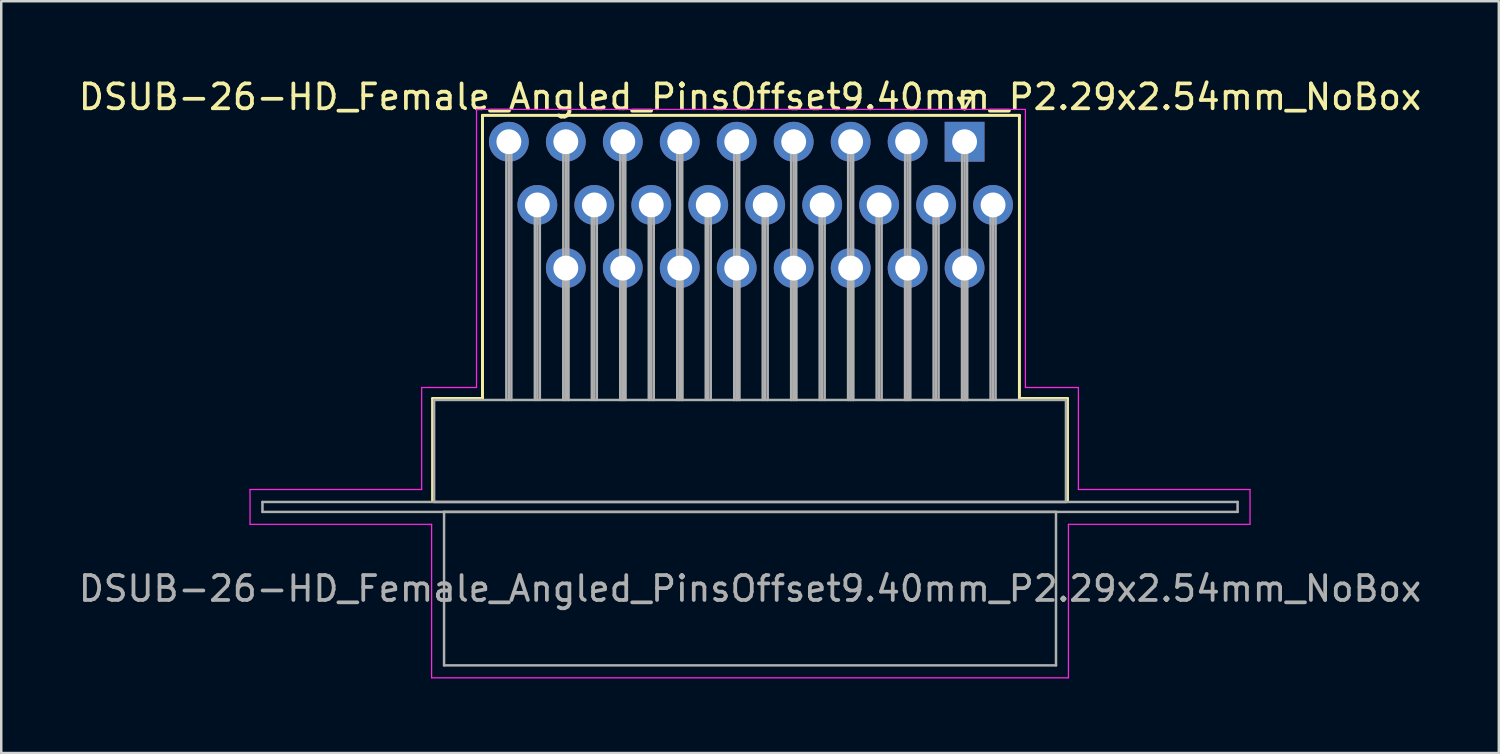
<source format=kicad_pcb>
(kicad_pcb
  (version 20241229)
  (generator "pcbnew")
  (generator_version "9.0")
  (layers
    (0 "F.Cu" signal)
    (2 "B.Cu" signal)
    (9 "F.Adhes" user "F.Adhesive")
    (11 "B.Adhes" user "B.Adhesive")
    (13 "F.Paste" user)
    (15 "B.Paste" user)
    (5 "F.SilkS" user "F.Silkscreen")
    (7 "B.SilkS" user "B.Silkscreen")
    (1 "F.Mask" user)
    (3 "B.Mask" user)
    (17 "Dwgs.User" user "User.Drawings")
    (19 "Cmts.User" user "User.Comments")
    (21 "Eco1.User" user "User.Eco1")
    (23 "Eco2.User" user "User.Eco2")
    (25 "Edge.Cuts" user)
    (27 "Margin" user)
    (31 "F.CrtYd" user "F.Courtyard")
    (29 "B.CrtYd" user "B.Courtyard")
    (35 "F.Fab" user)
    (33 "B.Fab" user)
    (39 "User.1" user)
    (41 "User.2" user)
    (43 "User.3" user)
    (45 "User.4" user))
  (footprint "DSUB-26-HD_Female_Angled_PinsOffset9.40mm_P2.29x2.54mm_NoBox"
    (layer "F.Cu")
    (at 35.726 2.648)
    (property "Reference" "DSUB-26-HD_Female_Angled_PinsOffset9.40mm_P2.29x2.54mm_NoBox" (at -8.625 -1.8 0) (layer "F.SilkS") (effects (font (size 1 1) (thickness 0.15))))
    (attr through_hole)
    (fp_line (start -21.385 10.32) (end -19.38 10.32) (stroke (width 0.12) (type solid)) (layer "F.SilkS"))
    (fp_line (start -21.385 14.42) (end -21.385 10.32) (stroke (width 0.12) (type solid)) (layer "F.SilkS"))
    (fp_line (start -19.38 -1.06) (end 2.205 -1.06) (stroke (width 0.12) (type solid)) (layer "F.SilkS"))
    (fp_line (start -19.38 10.32) (end -19.38 -1.06) (stroke (width 0.12) (type solid)) (layer "F.SilkS"))
    (fp_line (start -0.25 -1.754) (end 0.25 -1.754) (stroke (width 0.12) (type solid)) (layer "F.SilkS"))
    (fp_line (start 0 -1.321) (end -0.25 -1.754) (stroke (width 0.12) (type solid)) (layer "F.SilkS"))
    (fp_line (start 0.25 -1.754) (end 0 -1.321) (stroke (width 0.12) (type solid)) (layer "F.SilkS"))
    (fp_line (start 2.205 -1.06) (end 2.205 10.32) (stroke (width 0.12) (type solid)) (layer "F.SilkS"))
    (fp_line (start 2.205 10.32) (end 4.135 10.32) (stroke (width 0.12) (type solid)) (layer "F.SilkS"))
    (fp_line (start 4.135 10.32) (end 4.135 14.42) (stroke (width 0.12) (type solid)) (layer "F.SilkS"))
    (fp_line (start -28.725 13.98) (end -21.825 13.98) (stroke (width 0.05) (type solid)) (layer "F.CrtYd"))
    (fp_line (start -28.725 15.38) (end -28.725 13.98) (stroke (width 0.05) (type solid)) (layer "F.CrtYd"))
    (fp_line (start -21.825 9.88) (end -19.62 9.88) (stroke (width 0.05) (type solid)) (layer "F.CrtYd"))
    (fp_line (start -21.825 13.98) (end -21.825 9.88) (stroke (width 0.05) (type solid)) (layer "F.CrtYd"))
    (fp_line (start -21.425 15.38) (end -28.725 15.38) (stroke (width 0.05) (type solid)) (layer "F.CrtYd"))
    (fp_line (start -21.425 21.55) (end -21.425 15.38) (stroke (width 0.05) (type solid)) (layer "F.CrtYd"))
    (fp_line (start -19.62 -1.3) (end 2.445 -1.3) (stroke (width 0.05) (type solid)) (layer "F.CrtYd"))
    (fp_line (start -19.62 9.88) (end -19.62 -1.3) (stroke (width 0.05) (type solid)) (layer "F.CrtYd"))
    (fp_line (start 2.445 -1.3) (end 2.445 9.88) (stroke (width 0.05) (type solid)) (layer "F.CrtYd"))
    (fp_line (start 2.445 9.88) (end 4.575 9.88) (stroke (width 0.05) (type solid)) (layer "F.CrtYd"))
    (fp_line (start 4.175 15.38) (end 4.175 21.55) (stroke (width 0.05) (type solid)) (layer "F.CrtYd"))
    (fp_line (start 4.175 21.55) (end -21.425 21.55) (stroke (width 0.05) (type solid)) (layer "F.CrtYd"))
    (fp_line (start 4.575 9.88) (end 4.575 13.98) (stroke (width 0.05) (type solid)) (layer "F.CrtYd"))
    (fp_line (start 4.575 13.98) (end 11.475 13.98) (stroke (width 0.05) (type solid)) (layer "F.CrtYd"))
    (fp_line (start 11.475 13.98) (end 11.475 15.38) (stroke (width 0.05) (type solid)) (layer "F.CrtYd"))
    (fp_line (start 11.475 15.38) (end 4.175 15.38) (stroke (width 0.05) (type solid)) (layer "F.CrtYd"))
    (fp_line (start -28.225 14.48) (end -28.225 14.88) (stroke (width 0.1) (type solid)) (layer "F.Fab"))
    (fp_line (start -28.225 14.88) (end 10.975 14.88) (stroke (width 0.1) (type solid)) (layer "F.Fab"))
    (fp_line (start -21.325 10.38) (end -21.325 14.48) (stroke (width 0.1) (type solid)) (layer "F.Fab"))
    (fp_line (start -21.325 14.48) (end 4.075 14.48) (stroke (width 0.1) (type solid)) (layer "F.Fab"))
    (fp_line (start -20.925 14.88) (end -20.925 21.05) (stroke (width 0.1) (type solid)) (layer "F.Fab"))
    (fp_line (start -20.925 21.05) (end 3.675 21.05) (stroke (width 0.1) (type solid)) (layer "F.Fab"))
    (fp_line (start -18.42 0) (end -18.42 10.38) (stroke (width 0.1) (type solid)) (layer "F.Fab"))
    (fp_line (start -18.32 0) (end -18.32 10.38) (stroke (width 0.1) (type solid)) (layer "F.Fab"))
    (fp_line (start -18.22 0) (end -18.22 10.38) (stroke (width 0.1) (type solid)) (layer "F.Fab"))
    (fp_line (start -17.275 2.54) (end -17.275 10.38) (stroke (width 0.1) (type solid)) (layer "F.Fab"))
    (fp_line (start -17.175 2.54) (end -17.175 10.38) (stroke (width 0.1) (type solid)) (layer "F.Fab"))
    (fp_line (start -17.075 2.54) (end -17.075 10.38) (stroke (width 0.1) (type solid)) (layer "F.Fab"))
    (fp_line (start -16.13 0) (end -16.13 10.38) (stroke (width 0.1) (type solid)) (layer "F.Fab"))
    (fp_line (start -16.13 5.08) (end -16.13 10.38) (stroke (width 0.1) (type solid)) (layer "F.Fab"))
    (fp_line (start -16.03 0) (end -16.03 10.38) (stroke (width 0.1) (type solid)) (layer "F.Fab"))
    (fp_line (start -16.03 5.08) (end -16.03 10.38) (stroke (width 0.1) (type solid)) (layer "F.Fab"))
    (fp_line (start -15.93 0) (end -15.93 10.38) (stroke (width 0.1) (type solid)) (layer "F.Fab"))
    (fp_line (start -15.93 5.08) (end -15.93 10.38) (stroke (width 0.1) (type solid)) (layer "F.Fab"))
    (fp_line (start -14.985 2.54) (end -14.985 10.38) (stroke (width 0.1) (type solid)) (layer "F.Fab"))
    (fp_line (start -14.885 2.54) (end -14.885 10.38) (stroke (width 0.1) (type solid)) (layer "F.Fab"))
    (fp_line (start -14.785 2.54) (end -14.785 10.38) (stroke (width 0.1) (type solid)) (layer "F.Fab"))
    (fp_line (start -13.84 0) (end -13.84 10.38) (stroke (width 0.1) (type solid)) (layer "F.Fab"))
    (fp_line (start -13.84 5.08) (end -13.84 10.38) (stroke (width 0.1) (type solid)) (layer "F.Fab"))
    (fp_line (start -13.74 0) (end -13.74 10.38) (stroke (width 0.1) (type solid)) (layer "F.Fab"))
    (fp_line (start -13.74 5.08) (end -13.74 10.38) (stroke (width 0.1) (type solid)) (layer "F.Fab"))
    (fp_line (start -13.64 0) (end -13.64 10.38) (stroke (width 0.1) (type solid)) (layer "F.Fab"))
    (fp_line (start -13.64 5.08) (end -13.64 10.38) (stroke (width 0.1) (type solid)) (layer "F.Fab"))
    (fp_line (start -12.695 2.54) (end -12.695 10.38) (stroke (width 0.1) (type solid)) (layer "F.Fab"))
    (fp_line (start -12.595 2.54) (end -12.595 10.38) (stroke (width 0.1) (type solid)) (layer "F.Fab"))
    (fp_line (start -12.495 2.54) (end -12.495 10.38) (stroke (width 0.1) (type solid)) (layer "F.Fab"))
    (fp_line (start -11.55 0) (end -11.55 10.38) (stroke (width 0.1) (type solid)) (layer "F.Fab"))
    (fp_line (start -11.55 5.08) (end -11.55 10.38) (stroke (width 0.1) (type solid)) (layer "F.Fab"))
    (fp_line (start -11.45 0) (end -11.45 10.38) (stroke (width 0.1) (type solid)) (layer "F.Fab"))
    (fp_line (start -11.45 5.08) (end -11.45 10.38) (stroke (width 0.1) (type solid)) (layer "F.Fab"))
    (fp_line (start -11.35 0) (end -11.35 10.38) (stroke (width 0.1) (type solid)) (layer "F.Fab"))
    (fp_line (start -11.35 5.08) (end -11.35 10.38) (stroke (width 0.1) (type solid)) (layer "F.Fab"))
    (fp_line (start -10.405 2.54) (end -10.405 10.38) (stroke (width 0.1) (type solid)) (layer "F.Fab"))
    (fp_line (start -10.305 2.54) (end -10.305 10.38) (stroke (width 0.1) (type solid)) (layer "F.Fab"))
    (fp_line (start -10.205 2.54) (end -10.205 10.38) (stroke (width 0.1) (type solid)) (layer "F.Fab"))
    (fp_line (start -9.26 0) (end -9.26 10.38) (stroke (width 0.1) (type solid)) (layer "F.Fab"))
    (fp_line (start -9.26 5.08) (end -9.26 10.38) (stroke (width 0.1) (type solid)) (layer "F.Fab"))
    (fp_line (start -9.16 0) (end -9.16 10.38) (stroke (width 0.1) (type solid)) (layer "F.Fab"))
    (fp_line (start -9.16 5.08) (end -9.16 10.38) (stroke (width 0.1) (type solid)) (layer "F.Fab"))
    (fp_line (start -9.06 0) (end -9.06 10.38) (stroke (width 0.1) (type solid)) (layer "F.Fab"))
    (fp_line (start -9.06 5.08) (end -9.06 10.38) (stroke (width 0.1) (type solid)) (layer "F.Fab"))
    (fp_line (start -8.115 2.54) (end -8.115 10.38) (stroke (width 0.1) (type solid)) (layer "F.Fab"))
    (fp_line (start -8.015 2.54) (end -8.015 10.38) (stroke (width 0.1) (type solid)) (layer "F.Fab"))
    (fp_line (start -7.915 2.54) (end -7.915 10.38) (stroke (width 0.1) (type solid)) (layer "F.Fab"))
    (fp_line (start -6.97 0) (end -6.97 10.38) (stroke (width 0.1) (type solid)) (layer "F.Fab"))
    (fp_line (start -6.97 5.08) (end -6.97 10.38) (stroke (width 0.1) (type solid)) (layer "F.Fab"))
    (fp_line (start -6.87 0) (end -6.87 10.38) (stroke (width 0.1) (type solid)) (layer "F.Fab"))
    (fp_line (start -6.87 5.08) (end -6.87 10.38) (stroke (width 0.1) (type solid)) (layer "F.Fab"))
    (fp_line (start -6.77 0) (end -6.77 10.38) (stroke (width 0.1) (type solid)) (layer "F.Fab"))
    (fp_line (start -6.77 5.08) (end -6.77 10.38) (stroke (width 0.1) (type solid)) (layer "F.Fab"))
    (fp_line (start -5.825 2.54) (end -5.825 10.38) (stroke (width 0.1) (type solid)) (layer "F.Fab"))
    (fp_line (start -5.725 2.54) (end -5.725 10.38) (stroke (width 0.1) (type solid)) (layer "F.Fab"))
    (fp_line (start -5.625 2.54) (end -5.625 10.38) (stroke (width 0.1) (type solid)) (layer "F.Fab"))
    (fp_line (start -4.68 0) (end -4.68 10.38) (stroke (width 0.1) (type solid)) (layer "F.Fab"))
    (fp_line (start -4.68 5.08) (end -4.68 10.38) (stroke (width 0.1) (type solid)) (layer "F.Fab"))
    (fp_line (start -4.58 0) (end -4.58 10.38) (stroke (width 0.1) (type solid)) (layer "F.Fab"))
    (fp_line (start -4.58 5.08) (end -4.58 10.38) (stroke (width 0.1) (type solid)) (layer "F.Fab"))
    (fp_line (start -4.48 0) (end -4.48 10.38) (stroke (width 0.1) (type solid)) (layer "F.Fab"))
    (fp_line (start -4.48 5.08) (end -4.48 10.38) (stroke (width 0.1) (type solid)) (layer "F.Fab"))
    (fp_line (start -3.535 2.54) (end -3.535 10.38) (stroke (width 0.1) (type solid)) (layer "F.Fab"))
    (fp_line (start -3.435 2.54) (end -3.435 10.38) (stroke (width 0.1) (type solid)) (layer "F.Fab"))
    (fp_line (start -3.335 2.54) (end -3.335 10.38) (stroke (width 0.1) (type solid)) (layer "F.Fab"))
    (fp_line (start -2.39 0) (end -2.39 10.38) (stroke (width 0.1) (type solid)) (layer "F.Fab"))
    (fp_line (start -2.39 5.08) (end -2.39 10.38) (stroke (width 0.1) (type solid)) (layer "F.Fab"))
    (fp_line (start -2.29 0) (end -2.29 10.38) (stroke (width 0.1) (type solid)) (layer "F.Fab"))
    (fp_line (start -2.29 5.08) (end -2.29 10.38) (stroke (width 0.1) (type solid)) (layer "F.Fab"))
    (fp_line (start -2.19 0) (end -2.19 10.38) (stroke (width 0.1) (type solid)) (layer "F.Fab"))
    (fp_line (start -2.19 5.08) (end -2.19 10.38) (stroke (width 0.1) (type solid)) (layer "F.Fab"))
    (fp_line (start -1.245 2.54) (end -1.245 10.38) (stroke (width 0.1) (type solid)) (layer "F.Fab"))
    (fp_line (start -1.145 2.54) (end -1.145 10.38) (stroke (width 0.1) (type solid)) (layer "F.Fab"))
    (fp_line (start -1.045 2.54) (end -1.045 10.38) (stroke (width 0.1) (type solid)) (layer "F.Fab"))
    (fp_line (start -0.1 0) (end -0.1 10.38) (stroke (width 0.1) (type solid)) (layer "F.Fab"))
    (fp_line (start -0.1 5.08) (end -0.1 10.38) (stroke (width 0.1) (type solid)) (layer "F.Fab"))
    (fp_line (start 0 0) (end 0 10.38) (stroke (width 0.1) (type solid)) (layer "F.Fab"))
    (fp_line (start 0 5.08) (end 0 10.38) (stroke (width 0.1) (type solid)) (layer "F.Fab"))
    (fp_line (start 0.1 0) (end 0.1 10.38) (stroke (width 0.1) (type solid)) (layer "F.Fab"))
    (fp_line (start 0.1 5.08) (end 0.1 10.38) (stroke (width 0.1) (type solid)) (layer "F.Fab"))
    (fp_line (start 1.045 2.54) (end 1.045 10.38) (stroke (width 0.1) (type solid)) (layer "F.Fab"))
    (fp_line (start 1.145 2.54) (end 1.145 10.38) (stroke (width 0.1) (type solid)) (layer "F.Fab"))
    (fp_line (start 1.245 2.54) (end 1.245 10.38) (stroke (width 0.1) (type solid)) (layer "F.Fab"))
    (fp_line (start 3.675 14.88) (end -20.925 14.88) (stroke (width 0.1) (type solid)) (layer "F.Fab"))
    (fp_line (start 3.675 21.05) (end 3.675 14.88) (stroke (width 0.1) (type solid)) (layer "F.Fab"))
    (fp_line (start 4.075 10.38) (end -21.325 10.38) (stroke (width 0.1) (type solid)) (layer "F.Fab"))
    (fp_line (start 4.075 14.48) (end 4.075 10.38) (stroke (width 0.1) (type solid)) (layer "F.Fab"))
    (fp_line (start 10.975 14.48) (end -28.225 14.48) (stroke (width 0.1) (type solid)) (layer "F.Fab"))
    (fp_line (start 10.975 14.88) (end 10.975 14.48) (stroke (width 0.1) (type solid)) (layer "F.Fab"))
    (fp_text user "${REFERENCE}" (at -8.625 17.965 0) (layer "F.Fab") (effects (font (size 1 1) (thickness 0.15))))
    (pad "1" thru_hole rect (at 0 0) (size 1.6 1.6) (drill 1) (layers "*.Cu" "*.Mask"))
    (pad "2" thru_hole circle (at -2.29 0) (size 1.6 1.6) (drill 1) (layers "*.Cu" "*.Mask"))
    (pad "3" thru_hole circle (at -4.58 0) (size 1.6 1.6) (drill 1) (layers "*.Cu" "*.Mask"))
    (pad "4" thru_hole circle (at -6.87 0) (size 1.6 1.6) (drill 1) (layers "*.Cu" "*.Mask"))
    (pad "5" thru_hole circle (at -9.16 0) (size 1.6 1.6) (drill 1) (layers "*.Cu" "*.Mask"))
    (pad "6" thru_hole circle (at -11.45 0) (size 1.6 1.6) (drill 1) (layers "*.Cu" "*.Mask"))
    (pad "7" thru_hole circle (at -13.74 0) (size 1.6 1.6) (drill 1) (layers "*.Cu" "*.Mask"))
    (pad "8" thru_hole circle (at -16.03 0) (size 1.6 1.6) (drill 1) (layers "*.Cu" "*.Mask"))
    (pad "9" thru_hole circle (at -18.32 0) (size 1.6 1.6) (drill 1) (layers "*.Cu" "*.Mask"))
    (pad "10" thru_hole circle (at 1.145 2.54) (size 1.6 1.6) (drill 1) (layers "*.Cu" "*.Mask"))
    (pad "11" thru_hole circle (at -1.145 2.54) (size 1.6 1.6) (drill 1) (layers "*.Cu" "*.Mask"))
    (pad "12" thru_hole circle (at -3.435 2.54) (size 1.6 1.6) (drill 1) (layers "*.Cu" "*.Mask"))
    (pad "13" thru_hole circle (at -5.725 2.54) (size 1.6 1.6) (drill 1) (layers "*.Cu" "*.Mask"))
    (pad "14" thru_hole circle (at -8.015 2.54) (size 1.6 1.6) (drill 1) (layers "*.Cu" "*.Mask"))
    (pad "15" thru_hole circle (at -10.305 2.54) (size 1.6 1.6) (drill 1) (layers "*.Cu" "*.Mask"))
    (pad "16" thru_hole circle (at -12.595 2.54) (size 1.6 1.6) (drill 1) (layers "*.Cu" "*.Mask"))
    (pad "17" thru_hole circle (at -14.885 2.54) (size 1.6 1.6) (drill 1) (layers "*.Cu" "*.Mask"))
    (pad "18" thru_hole circle (at -17.175 2.54) (size 1.6 1.6) (drill 1) (layers "*.Cu" "*.Mask"))
    (pad "19" thru_hole circle (at 0 5.08) (size 1.6 1.6) (drill 1) (layers "*.Cu" "*.Mask"))
    (pad "20" thru_hole circle (at -2.29 5.08) (size 1.6 1.6) (drill 1) (layers "*.Cu" "*.Mask"))
    (pad "21" thru_hole circle (at -4.58 5.08) (size 1.6 1.6) (drill 1) (layers "*.Cu" "*.Mask"))
    (pad "22" thru_hole circle (at -6.87 5.08) (size 1.6 1.6) (drill 1) (layers "*.Cu" "*.Mask"))
    (pad "23" thru_hole circle (at -9.16 5.08) (size 1.6 1.6) (drill 1) (layers "*.Cu" "*.Mask"))
    (pad "24" thru_hole circle (at -11.45 5.08) (size 1.6 1.6) (drill 1) (layers "*.Cu" "*.Mask"))
    (pad "25" thru_hole circle (at -13.74 5.08) (size 1.6 1.6) (drill 1) (layers "*.Cu" "*.Mask"))
    (pad "26" thru_hole circle (at -16.03 5.08) (size 1.6 1.6) (drill 1) (layers "*.Cu" "*.Mask")))
  (gr_rect
    (start -3 -3)
    (end 57.202 27.223)
    (stroke (width 0.1) (type default))
    (fill no)
    (layer "Edge.Cuts")))
</source>
